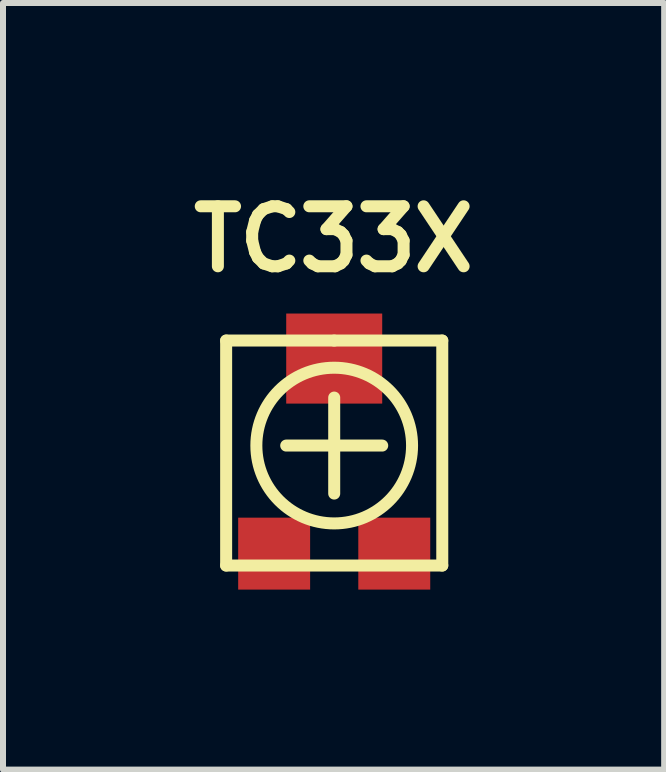
<source format=kicad_pcb>
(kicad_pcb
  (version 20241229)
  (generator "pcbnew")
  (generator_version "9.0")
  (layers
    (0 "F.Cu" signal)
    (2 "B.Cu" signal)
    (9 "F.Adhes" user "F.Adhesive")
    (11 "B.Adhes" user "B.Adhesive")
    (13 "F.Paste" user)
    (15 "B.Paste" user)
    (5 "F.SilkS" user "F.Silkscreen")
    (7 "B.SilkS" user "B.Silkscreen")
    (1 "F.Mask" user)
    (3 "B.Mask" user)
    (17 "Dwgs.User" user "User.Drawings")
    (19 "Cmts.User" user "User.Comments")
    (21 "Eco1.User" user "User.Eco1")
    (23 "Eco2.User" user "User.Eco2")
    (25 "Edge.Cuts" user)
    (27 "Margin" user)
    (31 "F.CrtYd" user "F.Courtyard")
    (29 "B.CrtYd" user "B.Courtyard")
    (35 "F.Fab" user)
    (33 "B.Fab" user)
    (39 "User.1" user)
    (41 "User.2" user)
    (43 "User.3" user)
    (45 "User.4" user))
  (footprint "TC33X"
    (layer "F.Cu")
    (at 2.52 4.376)
    (property "Reference" "TC33X" (at -0.01 -3.44 0) (layer "F.SilkS") (effects (font (size 1 1) (thickness 0.2))))
    (attr through_hole)
    (fp_line (start -1.801 -1.75) (end 0 -1.75) (stroke (width 0.2) (type solid)) (layer "F.SilkS"))
    (fp_line (start -1.801 1.999) (end -1.801 -1.75) (stroke (width 0.2) (type solid)) (layer "F.SilkS"))
    (fp_line (start -0.8 0) (end 0.8 0) (stroke (width 0.2) (type solid)) (layer "F.SilkS"))
    (fp_line (start 0 -1.75) (end 1.801 -1.75) (stroke (width 0.2) (type solid)) (layer "F.SilkS"))
    (fp_line (start 0 -0.8) (end 0 0.8) (stroke (width 0.2) (type solid)) (layer "F.SilkS"))
    (fp_line (start 1.801 -1.75) (end 1.801 1.999) (stroke (width 0.2) (type solid)) (layer "F.SilkS"))
    (fp_line (start 1.801 1.999) (end -1.801 1.999) (stroke (width 0.2) (type solid)) (layer "F.SilkS"))
    (fp_circle (center 0 0) (end 1.151 0.599) (stroke (width 0.2) (type solid)) (fill no) (layer "F.SilkS"))
    (pad "1" smd rect (at -1.001 1.801) (size 1.199 1.199) (layers "F.Cu" "F.Mask" "F.Paste"))
    (pad "2" smd rect (at 0 -1.45) (size 1.6 1.501) (layers "F.Cu" "F.Mask" "F.Paste"))
    (pad "3" smd rect (at 1.001 1.801) (size 1.199 1.199) (layers "F.Cu" "F.Mask" "F.Paste")))
  (gr_rect
    (start -3 -3)
    (end 8.019 9.776)
    (stroke (width 0.1) (type default))
    (fill no)
    (layer "Edge.Cuts")))
</source>
